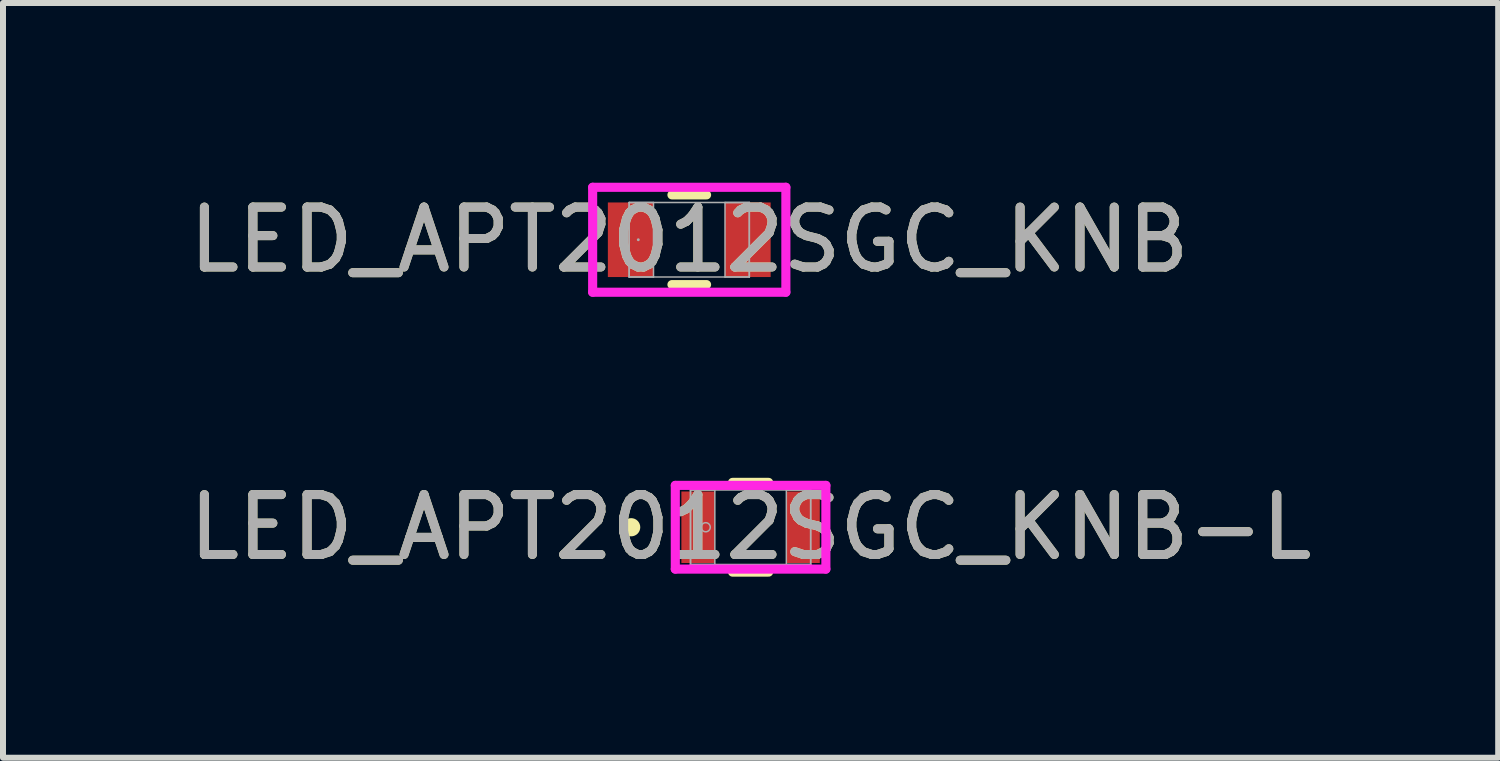
<source format=kicad_pcb>
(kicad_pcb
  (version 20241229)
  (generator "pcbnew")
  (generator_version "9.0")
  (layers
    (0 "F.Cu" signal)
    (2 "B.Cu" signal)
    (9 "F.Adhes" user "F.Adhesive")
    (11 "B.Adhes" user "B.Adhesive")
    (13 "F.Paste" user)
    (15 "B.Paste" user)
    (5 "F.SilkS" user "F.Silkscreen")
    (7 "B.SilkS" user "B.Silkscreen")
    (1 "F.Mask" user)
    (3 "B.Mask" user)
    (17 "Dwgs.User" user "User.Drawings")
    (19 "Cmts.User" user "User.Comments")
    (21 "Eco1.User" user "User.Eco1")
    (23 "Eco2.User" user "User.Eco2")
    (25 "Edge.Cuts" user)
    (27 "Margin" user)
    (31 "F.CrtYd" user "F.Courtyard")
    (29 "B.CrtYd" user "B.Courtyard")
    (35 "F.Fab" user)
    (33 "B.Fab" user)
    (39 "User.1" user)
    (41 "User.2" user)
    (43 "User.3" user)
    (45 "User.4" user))
  (footprint "LED_APT2012SGC_KNB"
    (layer "F.Cu")
    (at 8.458 0.953)
    (property "Reference" "LED_APT2012SGC_KNB" (at 0 0 0) (unlocked yes) (layer "F.SilkS") (effects (font (size 1 1) (thickness 0.15))))
    (attr smd)
    (fp_line (start -0.289 0.749) (end 0.289 0.749) (stroke (width 0.152) (type solid)) (layer "F.SilkS"))
    (fp_line (start 0.289 -0.749) (end -0.289 -0.749) (stroke (width 0.152) (type solid)) (layer "F.SilkS"))
    (fp_line (start -1.613 -0.876) (end 1.613 -0.876) (stroke (width 0.152) (type solid)) (layer "F.CrtYd"))
    (fp_line (start -1.613 0.876) (end -1.613 -0.876) (stroke (width 0.152) (type solid)) (layer "F.CrtYd"))
    (fp_line (start 1.613 -0.876) (end 1.613 0.876) (stroke (width 0.152) (type solid)) (layer "F.CrtYd"))
    (fp_line (start 1.613 0.876) (end -1.613 0.876) (stroke (width 0.152) (type solid)) (layer "F.CrtYd"))
    (fp_line (start -1.003 -0.622) (end -1.003 0.622) (stroke (width 0.025) (type solid)) (layer "F.Fab"))
    (fp_line (start -1.003 -0.622) (end -1.003 0.622) (stroke (width 0.025) (type solid)) (layer "F.Fab"))
    (fp_line (start -1.003 0.622) (end -0.597 0.622) (stroke (width 0.025) (type solid)) (layer "F.Fab"))
    (fp_line (start -1.003 0.622) (end 1.003 0.622) (stroke (width 0.025) (type solid)) (layer "F.Fab"))
    (fp_line (start -0.597 -0.622) (end -1.003 -0.622) (stroke (width 0.025) (type solid)) (layer "F.Fab"))
    (fp_line (start -0.597 0.622) (end -0.597 -0.622) (stroke (width 0.025) (type solid)) (layer "F.Fab"))
    (fp_line (start 0.597 -0.622) (end 0.597 0.622) (stroke (width 0.025) (type solid)) (layer "F.Fab"))
    (fp_line (start 0.597 0.622) (end 1.003 0.622) (stroke (width 0.025) (type solid)) (layer "F.Fab"))
    (fp_line (start 1.003 -0.622) (end -1.003 -0.622) (stroke (width 0.025) (type solid)) (layer "F.Fab"))
    (fp_line (start 1.003 -0.622) (end 0.597 -0.622) (stroke (width 0.025) (type solid)) (layer "F.Fab"))
    (fp_line (start 1.003 0.622) (end 1.003 -0.622) (stroke (width 0.025) (type solid)) (layer "F.Fab"))
    (fp_line (start 1.003 0.622) (end 1.003 -0.622) (stroke (width 0.025) (type solid)) (layer "F.Fab"))
    (fp_circle (center -0.851 0) (end -0.851 0) (stroke (width 0.025) (type solid)) (fill no) (layer "F.Fab"))
    (fp_text user "${REFERENCE}" (at 0 0 0) (unlocked yes) (layer "F.Fab") (effects (font (size 1 1) (thickness 0.15))))
    (pad "1" smd rect (at -0.978 0) (size 0.762 1.245) (layers "F.Cu" "F.Mask" "F.Paste"))
    (pad "2" smd rect (at 0.978 0) (size 0.762 1.245) (layers "F.Cu" "F.Mask" "F.Paste"))
    (zone (net_name "") (layer "F.Cu") (hatch full 0.508) (connect_pads) (min_thickness 0.254) (filled_areas_thickness no) (keepout (tracks not_allowed) (vias not_allowed) (pads allowed) (copperpour not_allowed) (footprints allowed)) (placement (enabled no)) (fill) (polygon (pts (xy 7.912 0.381) (xy 9.004 0.381) (xy 9.004 1.524) (xy 7.912 1.524)))))
  (footprint "LED_APT2012SGC_KNB-L"
    (layer "F.Cu")
    (at 9.482 5.753)
    (property "Reference" "LED_APT2012SGC_KNB-L" (at 0 0 0) (unlocked yes) (layer "F.SilkS") (effects (font (size 1 1) (thickness 0.15))))
    (attr smd)
    (fp_line (start -0.301 0.749) (end 0.301 0.749) (stroke (width 0.152) (type solid)) (layer "F.SilkS"))
    (fp_line (start 0.301 -0.749) (end -0.301 -0.749) (stroke (width 0.152) (type solid)) (layer "F.SilkS"))
    (fp_circle (center -1.994 0) (end -1.918 0) (stroke (width 0.152) (type solid)) (fill no) (layer "F.SilkS"))
    (fp_line (start -1.257 -0.699) (end 1.257 -0.699) (stroke (width 0.152) (type solid)) (layer "F.CrtYd"))
    (fp_line (start -1.257 0.699) (end -1.257 -0.699) (stroke (width 0.152) (type solid)) (layer "F.CrtYd"))
    (fp_line (start 1.257 -0.699) (end 1.257 0.699) (stroke (width 0.152) (type solid)) (layer "F.CrtYd"))
    (fp_line (start 1.257 0.699) (end -1.257 0.699) (stroke (width 0.152) (type solid)) (layer "F.CrtYd"))
    (fp_line (start -1.003 -0.622) (end -1.003 0.622) (stroke (width 0.025) (type solid)) (layer "F.Fab"))
    (fp_line (start -1.003 -0.622) (end -1.003 0.622) (stroke (width 0.025) (type solid)) (layer "F.Fab"))
    (fp_line (start -1.003 0.622) (end -0.597 0.622) (stroke (width 0.025) (type solid)) (layer "F.Fab"))
    (fp_line (start -1.003 0.622) (end 1.003 0.622) (stroke (width 0.025) (type solid)) (layer "F.Fab"))
    (fp_line (start -0.597 -0.622) (end -1.003 -0.622) (stroke (width 0.025) (type solid)) (layer "F.Fab"))
    (fp_line (start -0.597 0.622) (end -0.597 -0.622) (stroke (width 0.025) (type solid)) (layer "F.Fab"))
    (fp_line (start 0.597 -0.622) (end 0.597 0.622) (stroke (width 0.025) (type solid)) (layer "F.Fab"))
    (fp_line (start 0.597 0.622) (end 1.003 0.622) (stroke (width 0.025) (type solid)) (layer "F.Fab"))
    (fp_line (start 1.003 -0.622) (end -1.003 -0.622) (stroke (width 0.025) (type solid)) (layer "F.Fab"))
    (fp_line (start 1.003 -0.622) (end 0.597 -0.622) (stroke (width 0.025) (type solid)) (layer "F.Fab"))
    (fp_line (start 1.003 0.622) (end 1.003 -0.622) (stroke (width 0.025) (type solid)) (layer "F.Fab"))
    (fp_line (start 1.003 0.622) (end 1.003 -0.622) (stroke (width 0.025) (type solid)) (layer "F.Fab"))
    (fp_circle (center -0.749 0) (end -0.673 0) (stroke (width 0.025) (type solid)) (fill no) (layer "F.Fab"))
    (fp_text user "${REFERENCE}" (at 0 0 0) (unlocked yes) (layer "F.Fab") (effects (font (size 1 1) (thickness 0.15))))
    (pad "1" smd rect (at -0.876 0) (size 0.559 1.194) (layers "F.Cu" "F.Mask" "F.Paste"))
    (pad "2" smd rect (at 0.876 0) (size 0.559 1.194) (layers "F.Cu" "F.Mask" "F.Paste"))
    (zone (net_name "") (layer "F.Cu") (hatch full 0.508) (connect_pads) (min_thickness 0.254) (filled_areas_thickness no) (keepout (tracks not_allowed) (vias not_allowed) (pads allowed) (copperpour not_allowed) (footprints allowed)) (placement (enabled no)) (fill) (polygon (pts (xy 8.936 5.182) (xy 10.028 5.182) (xy 10.028 6.325) (xy 8.936 6.325)))))
  (gr_rect
    (start -3 -3)
    (end 21.964 9.601)
    (stroke (width 0.1) (type default))
    (fill no)
    (layer "Edge.Cuts")))
</source>
